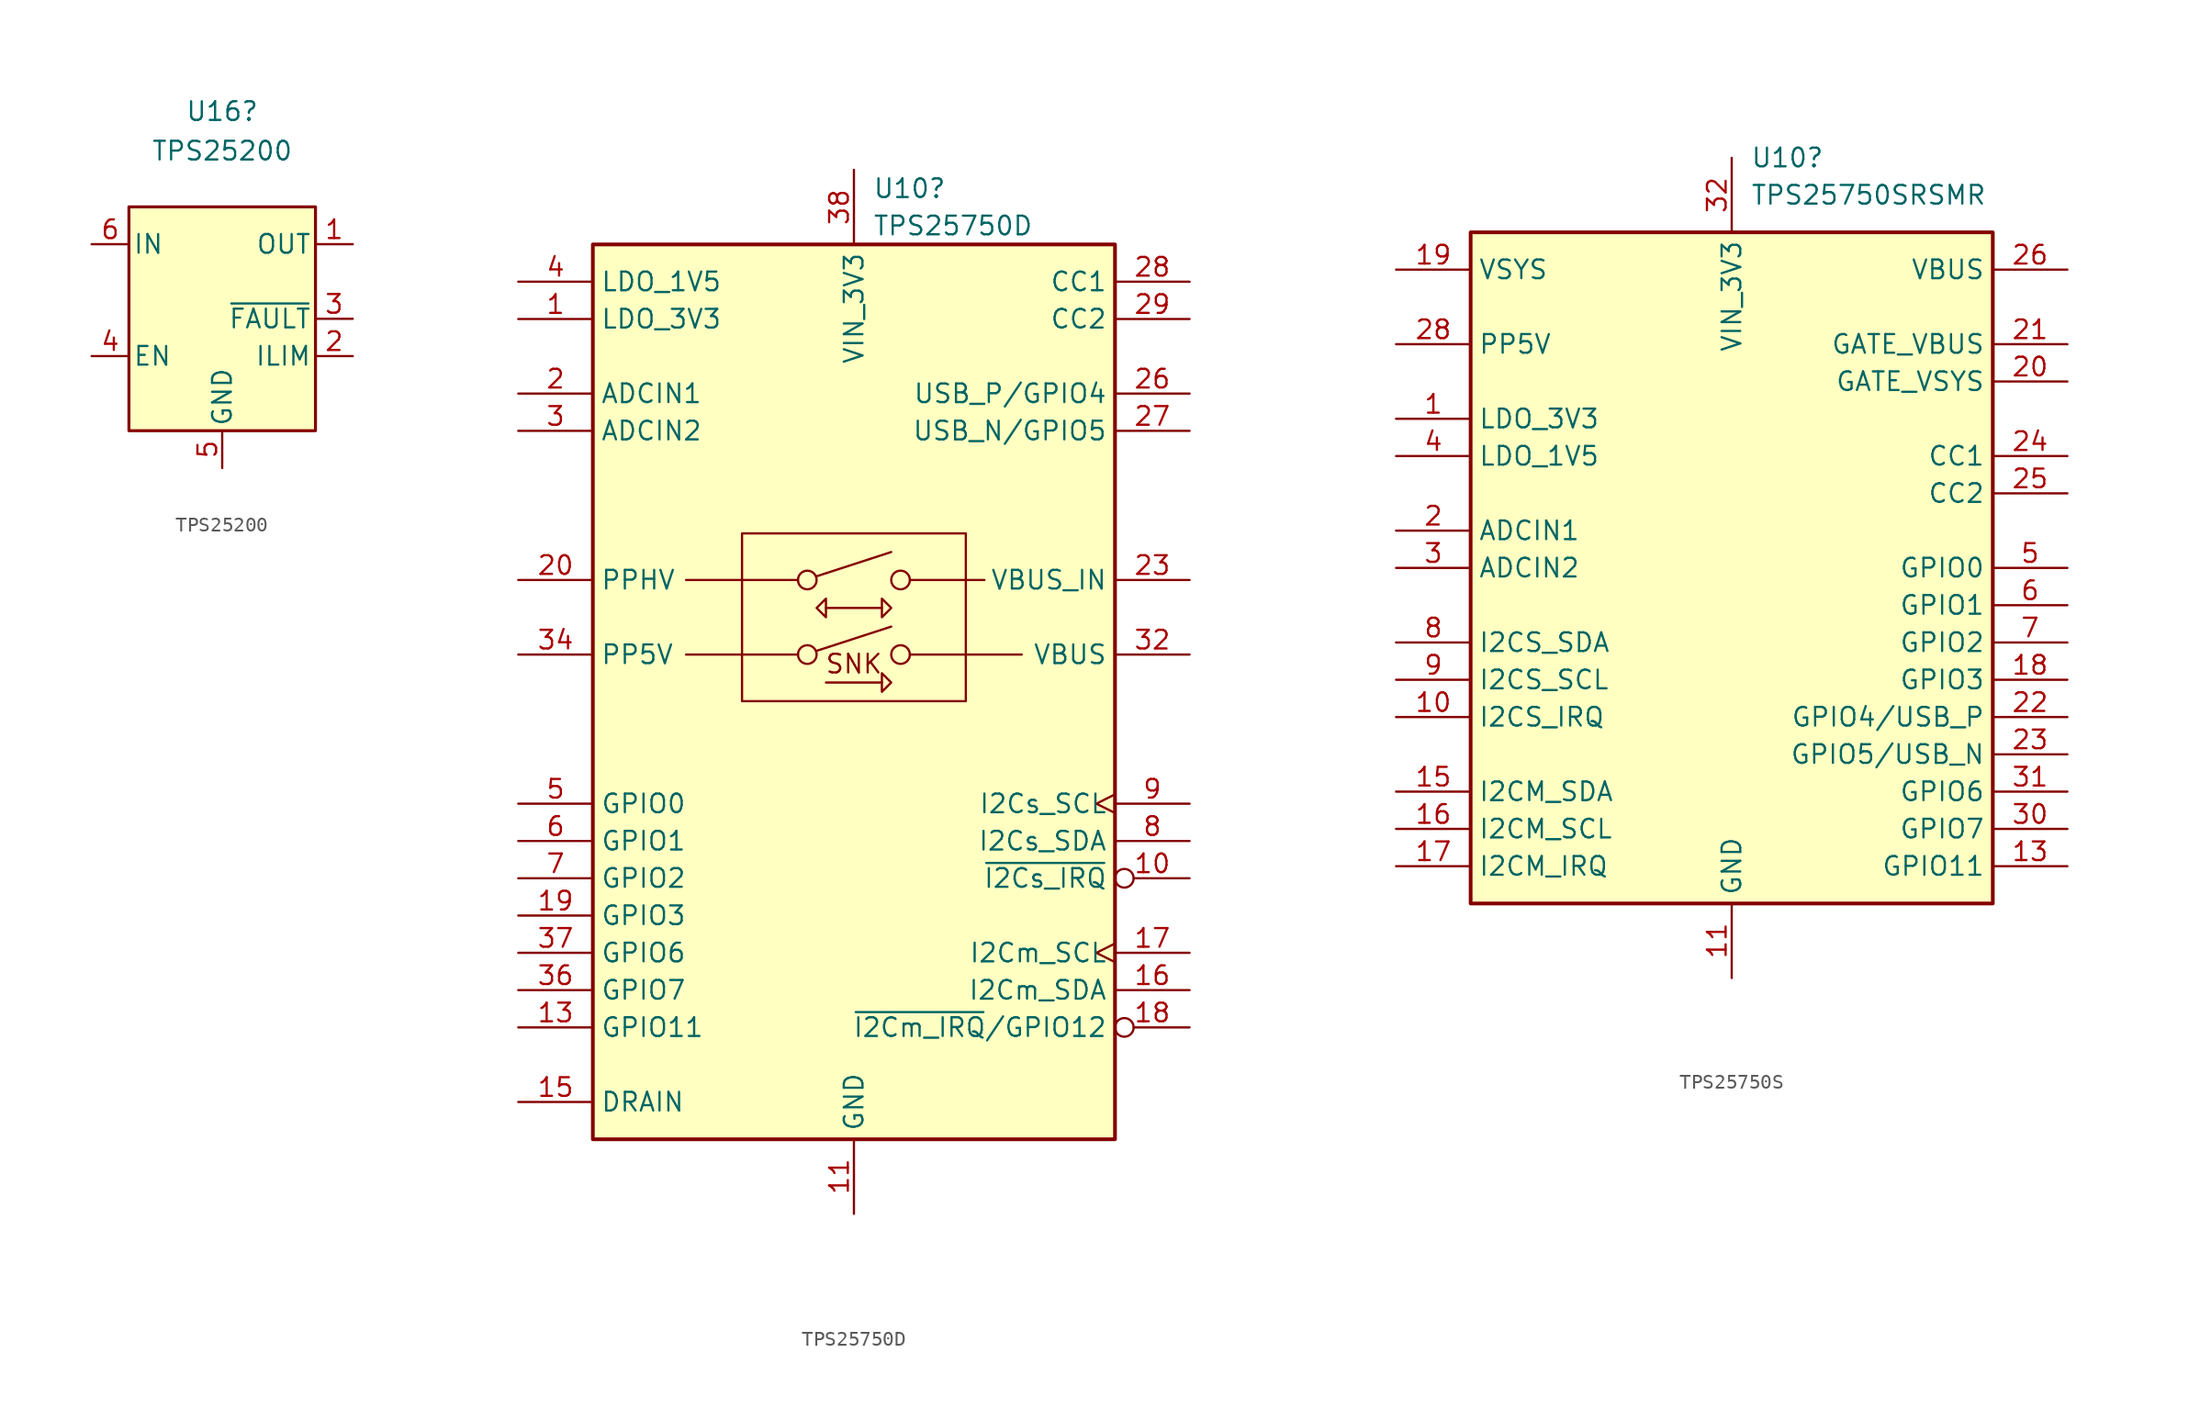
<source format=kicad_sym>
(kicad_symbol_lib
  (version 20220914)
  (generator kicad_symbol_editor)
  (symbol "TPS25200"
    (pin_names
      (offset 0.254))
    (property "Reference" "U16"
      (at 0 14.122 0)
      (effects (font (size 1.27 1.27))))
    (property "Value" "TPS25200"
      (at 0 11.43 0)
      (effects (font (size 1.27 1.27))))
    (property "Datasheet" ""
      (at 5.08 5.08 0)
      (effects (font (size 1.524 1.524))))
    (symbol "TPS25200_1_1"
      (rectangle (start -6.35 7.62) (end 6.35 -7.62) (stroke (width 0.203) (type solid)) (fill (type background)))
      (pin power_out line (at 8.89 5.08 180) (length 2.54) (name "OUT" (effects (font (size 1.27 1.27)))) (number "1" (effects (font (size 1.27 1.27)))))
      (pin output line (at 8.89 -2.54 180) (length 2.54) (name "ILIM" (effects (font (size 1.27 1.27)))) (number "2" (effects (font (size 1.27 1.27)))))
      (pin input line (at 8.89 0 180) (length 2.54) (name "~{FAULT}" (effects (font (size 1.27 1.27)))) (number "3" (effects (font (size 1.27 1.27)))))
      (pin input line (at -8.89 -2.54 0) (length 2.54) (name "EN" (effects (font (size 1.27 1.27)))) (number "4" (effects (font (size 1.27 1.27)))))
      (pin power_in line (at 0 -10.16 90) (length 2.54) (name "GND" (effects (font (size 1.27 1.27)))) (number "5" (effects (font (size 1.27 1.27)))))
      (pin power_in line (at -8.89 5.08 0) (length 2.54) (name "IN" (effects (font (size 1.27 1.27)))) (number "6" (effects (font (size 1.27 1.27)))))
      (pin power_in line (at 0 -10.16 90) (length 2.54) hide (name "PPAD" (effects (font (size 1.27 1.27)))) (number "7" (effects (font (size 1.27 1.27)))))))
  (symbol "TPS25750D"
    (property "Reference" "U10"
      (at 1.27 31.75 0)
      (effects (font (size 1.27 1.27)) (justify left)))
    (property "Value" "TPS25750D"
      (at 1.27 29.21 0)
      (effects (font (size 1.27 1.27)) (justify left)))
    (symbol "TPS25750D_0_1"
      (rectangle (start -7.62 8.255) (end 7.62 -3.175) (stroke (width 0) (type default)) (fill (type none)))
      (circle (center -3.175 0) (radius 0.635) (stroke (width 0) (type default)) (fill (type none)))
      (circle (center -3.175 5.08) (radius 0.635) (stroke (width 0) (type default)) (fill (type none)))
      (polyline (pts (xy -11.43 0) (xy -3.81 0)) (stroke (width 0) (type default)) (fill (type none)))
      (polyline (pts (xy -11.43 5.08) (xy -3.81 5.08)) (stroke (width 0) (type default)) (fill (type none)))
      (polyline (pts (xy -2.54 0.254) (xy 2.54 1.905)) (stroke (width 0) (type default)) (fill (type none)))
      (polyline (pts (xy -2.54 5.334) (xy 2.54 6.985)) (stroke (width 0) (type default)) (fill (type none)))
      (polyline (pts (xy -1.905 3.175) (xy 1.905 3.175)) (stroke (width 0) (type default)) (fill (type none)))
      (polyline (pts (xy 1.905 -1.905) (xy -1.905 -1.905)) (stroke (width 0) (type default)) (fill (type none)))
      (polyline (pts (xy 3.81 0) (xy 11.43 0)) (stroke (width 0) (type default)) (fill (type none)))
      (polyline (pts (xy 3.81 5.08) (xy 8.89 5.08)) (stroke (width 0) (type default)) (fill (type none)))
      (polyline (pts (xy -2.54 3.175) (xy -1.905 2.54) (xy -1.905 3.81) (xy -2.54 3.175)) (stroke (width 0) (type default)) (fill (type none)))
      (polyline (pts (xy 2.54 -1.905) (xy 1.905 -2.54) (xy 1.905 -1.27) (xy 2.54 -1.905)) (stroke (width 0) (type default)) (fill (type none)))
      (polyline (pts (xy 2.54 3.175) (xy 1.905 2.54) (xy 1.905 3.81) (xy 2.54 3.175)) (stroke (width 0) (type default)) (fill (type none)))
      (circle (center 3.175 0) (radius 0.635) (stroke (width 0) (type default)) (fill (type none)))
      (circle (center 3.175 5.08) (radius 0.635) (stroke (width 0) (type default)) (fill (type none)))
      (text "SNK" (at 0 -0.635 0) (effects (font (size 1.27 1.27)))))
    (symbol "TPS25750D_1_0"
      (pin power_out line (at -22.86 22.86 0) (length 5.08) (name "LDO_3V3" (effects (font (size 1.27 1.27)))) (number "1" (effects (font (size 1.27 1.27)))))
      (pin output inverted (at 22.86 -15.24 180) (length 5.08) (name "~{I2Cs_IRQ}" (effects (font (size 1.27 1.27)))) (number "10" (effects (font (size 1.27 1.27)))))
      (pin power_in line (at 0 -38.1 90) (length 5.08) (name "GND" (effects (font (size 1.27 1.27)))) (number "11" (effects (font (size 1.27 1.27)))))
      (pin power_in line (at 0 -38.1 90) (length 5.08) hide (name "GND" (effects (font (size 1.27 1.27)))) (number "12" (effects (font (size 1.27 1.27)))))
      (pin output line (at -22.86 -25.4 0) (length 5.08) (name "GPIO11" (effects (font (size 1.27 1.27)))) (number "13" (effects (font (size 1.27 1.27)))))
      (pin power_in line (at 0 -38.1 90) (length 5.08) hide (name "GND" (effects (font (size 1.27 1.27)))) (number "14" (effects (font (size 1.27 1.27)))))
      (pin open_collector line (at -22.86 -30.48 0) (length 5.08) (name "DRAIN" (effects (font (size 1.27 1.27)))) (number "15" (effects (font (size 1.27 1.27)))))
      (pin bidirectional line (at 22.86 -22.86 180) (length 5.08) (name "I2Cm_SDA" (effects (font (size 1.27 1.27)))) (number "16" (effects (font (size 1.27 1.27)))))
      (pin output clock (at 22.86 -20.32 180) (length 5.08) (name "I2Cm_SCL" (effects (font (size 1.27 1.27)))) (number "17" (effects (font (size 1.27 1.27)))))
      (pin input inverted (at 22.86 -25.4 180) (length 5.08) (name "~{I2Cm_IRQ}/GPIO12" (effects (font (size 1.27 1.27)))) (number "18" (effects (font (size 1.27 1.27)))))
      (pin output line (at -22.86 -17.78 0) (length 5.08) (name "GPIO3" (effects (font (size 1.27 1.27)))) (number "19" (effects (font (size 1.27 1.27)))))
      (pin bidirectional line (at -22.86 5.08 0) (length 5.08) (name "PPHV" (effects (font (size 1.27 1.27)))) (number "20" (effects (font (size 1.27 1.27)))))
      (pin bidirectional line (at -22.86 5.08 0) (length 5.08) hide (name "PPHV" (effects (font (size 1.27 1.27)))) (number "21" (effects (font (size 1.27 1.27)))))
      (pin bidirectional line (at -22.86 5.08 0) (length 5.08) hide (name "PPHV" (effects (font (size 1.27 1.27)))) (number "22" (effects (font (size 1.27 1.27)))))
      (pin power_in line (at 22.86 5.08 180) (length 5.08) (name "VBUS_IN" (effects (font (size 1.27 1.27)))) (number "23" (effects (font (size 1.27 1.27)))))
      (pin power_in line (at 22.86 5.08 180) (length 5.08) hide (name "VBUS_IN" (effects (font (size 1.27 1.27)))) (number "24" (effects (font (size 1.27 1.27)))))
      (pin power_in line (at 22.86 5.08 180) (length 5.08) hide (name "VBUS_IN" (effects (font (size 1.27 1.27)))) (number "25" (effects (font (size 1.27 1.27)))))
      (pin bidirectional line (at 22.86 17.78 180) (length 5.08) (name "USB_P/GPIO4" (effects (font (size 1.27 1.27)))) (number "26" (effects (font (size 1.27 1.27)))))
      (pin bidirectional line (at 22.86 15.24 180) (length 5.08) (name "USB_N/GPIO5" (effects (font (size 1.27 1.27)))) (number "27" (effects (font (size 1.27 1.27)))))
      (pin open_collector line (at -22.86 -30.48 0) (length 5.08) hide (name "DRAIN" (effects (font (size 1.27 1.27)))) (number "30" (effects (font (size 1.27 1.27)))))
      (pin power_in line (at 0 -38.1 90) (length 5.08) hide (name "GND" (effects (font (size 1.27 1.27)))) (number "31" (effects (font (size 1.27 1.27)))))
      (pin output line (at 22.86 0 180) (length 5.08) (name "VBUS" (effects (font (size 1.27 1.27)))) (number "32" (effects (font (size 1.27 1.27)))))
      (pin output line (at 22.86 0 180) (length 5.08) hide (name "VBUS" (effects (font (size 1.27 1.27)))) (number "33" (effects (font (size 1.27 1.27)))))
      (pin power_in line (at -22.86 0 0) (length 5.08) (name "PP5V" (effects (font (size 1.27 1.27)))) (number "34" (effects (font (size 1.27 1.27)))))
      (pin power_in line (at -22.86 0 0) (length 5.08) hide (name "PP5V" (effects (font (size 1.27 1.27)))) (number "35" (effects (font (size 1.27 1.27)))))
      (pin bidirectional line (at -22.86 -22.86 0) (length 5.08) (name "GPIO7" (effects (font (size 1.27 1.27)))) (number "36" (effects (font (size 1.27 1.27)))))
      (pin bidirectional line (at -22.86 -20.32 0) (length 5.08) (name "GPIO6" (effects (font (size 1.27 1.27)))) (number "37" (effects (font (size 1.27 1.27)))))
      (pin input line (at 0 33.02 270) (length 5.08) (name "VIN_3V3" (effects (font (size 1.27 1.27)))) (number "38" (effects (font (size 1.27 1.27)))))
      (pin power_in line (at 0 -38.1 90) (length 5.08) hide (name "GNDPAD" (effects (font (size 1.27 1.27)))) (number "39" (effects (font (size 1.27 1.27)))))
      (pin power_out line (at -22.86 25.4 0) (length 5.08) (name "LDO_1V5" (effects (font (size 1.27 1.27)))) (number "4" (effects (font (size 1.27 1.27)))))
      (pin open_collector line (at -22.86 -30.48 0) (length 5.08) hide (name "DPAD" (effects (font (size 1.27 1.27)))) (number "40" (effects (font (size 1.27 1.27)))))
      (pin bidirectional line (at -22.86 -10.16 0) (length 5.08) (name "GPIO0" (effects (font (size 1.27 1.27)))) (number "5" (effects (font (size 1.27 1.27)))))
      (pin bidirectional line (at -22.86 -12.7 0) (length 5.08) (name "GPIO1" (effects (font (size 1.27 1.27)))) (number "6" (effects (font (size 1.27 1.27)))))
      (pin output line (at -22.86 -15.24 0) (length 5.08) (name "GPIO2" (effects (font (size 1.27 1.27)))) (number "7" (effects (font (size 1.27 1.27)))))
      (pin bidirectional line (at 22.86 -12.7 180) (length 5.08) (name "I2Cs_SDA" (effects (font (size 1.27 1.27)))) (number "8" (effects (font (size 1.27 1.27)))))
      (pin input clock (at 22.86 -10.16 180) (length 5.08) (name "I2Cs_SCL" (effects (font (size 1.27 1.27)))) (number "9" (effects (font (size 1.27 1.27))))))
    (symbol "TPS25750D_1_1"
      (rectangle (start -17.78 27.94) (end 17.78 -33.02) (stroke (width 0.254) (type default)) (fill (type background)))
      (pin input line (at -22.86 17.78 0) (length 5.08) (name "ADCIN1" (effects (font (size 1.27 1.27)))) (number "2" (effects (font (size 1.27 1.27)))))
      (pin bidirectional line (at 22.86 25.4 180) (length 5.08) (name "CC1" (effects (font (size 1.27 1.27)))) (number "28" (effects (font (size 1.27 1.27)))))
      (pin output line (at 22.86 22.86 180) (length 5.08) (name "CC2" (effects (font (size 1.27 1.27)))) (number "29" (effects (font (size 1.27 1.27)))))
      (pin input line (at -22.86 15.24 0) (length 5.08) (name "ADCIN2" (effects (font (size 1.27 1.27)))) (number "3" (effects (font (size 1.27 1.27)))))))
  (symbol "TPS25750S"
    (property "Reference" "U10"
      (at 1.27 27.94 0)
      (effects (font (size 1.27 1.27)) (justify left)))
    (property "Value" "TPS25750SRSMR"
      (at 1.27 25.4 0)
      (effects (font (size 1.27 1.27)) (justify left)))
    (symbol "TPS25750S_1_1"
      (rectangle (start -17.78 22.86) (end 17.78 -22.86) (stroke (width 0.254) (type default)) (fill (type background)))
      (pin passive line (at -22.86 10.16 0) (length 5.08) (name "LDO_3V3" (effects (font (size 1.27 1.27)))) (number "1" (effects (font (size 1.27 1.27)))))
      (pin passive line (at -22.86 -10.16 0) (length 5.08) (name "I2CS_IRQ" (effects (font (size 1.27 1.27)))) (number "10" (effects (font (size 1.27 1.27)))))
      (pin passive line (at 0 -27.94 90) (length 5.08) (name "GND" (effects (font (size 1.27 1.27)))) (number "11" (effects (font (size 1.27 1.27)))))
      (pin passive line (at 0 -27.94 90) (length 5.08) hide (name "GND" (effects (font (size 1.27 1.27)))) (number "12" (effects (font (size 1.27 1.27)))))
      (pin passive line (at 22.86 -20.32 180) (length 5.08) (name "GPIO11" (effects (font (size 1.27 1.27)))) (number "13" (effects (font (size 1.27 1.27)))))
      (pin passive line (at 0 -27.94 90) (length 5.08) hide (name "GND" (effects (font (size 1.27 1.27)))) (number "14" (effects (font (size 1.27 1.27)))))
      (pin passive line (at -22.86 -15.24 0) (length 5.08) (name "I2CM_SDA" (effects (font (size 1.27 1.27)))) (number "15" (effects (font (size 1.27 1.27)))))
      (pin passive line (at -22.86 -17.78 0) (length 5.08) (name "I2CM_SCL" (effects (font (size 1.27 1.27)))) (number "16" (effects (font (size 1.27 1.27)))))
      (pin passive line (at -22.86 -20.32 0) (length 5.08) (name "I2CM_IRQ" (effects (font (size 1.27 1.27)))) (number "17" (effects (font (size 1.27 1.27)))))
      (pin passive line (at 22.86 -7.62 180) (length 5.08) (name "GPIO3" (effects (font (size 1.27 1.27)))) (number "18" (effects (font (size 1.27 1.27)))))
      (pin passive line (at -22.86 20.32 0) (length 5.08) (name "VSYS" (effects (font (size 1.27 1.27)))) (number "19" (effects (font (size 1.27 1.27)))))
      (pin passive line (at -22.86 2.54 0) (length 5.08) (name "ADCIN1" (effects (font (size 1.27 1.27)))) (number "2" (effects (font (size 1.27 1.27)))))
      (pin passive line (at 22.86 12.7 180) (length 5.08) (name "GATE_VSYS" (effects (font (size 1.27 1.27)))) (number "20" (effects (font (size 1.27 1.27)))))
      (pin passive line (at 22.86 15.24 180) (length 5.08) (name "GATE_VBUS" (effects (font (size 1.27 1.27)))) (number "21" (effects (font (size 1.27 1.27)))))
      (pin passive line (at 22.86 -10.16 180) (length 5.08) (name "GPIO4/USB_P" (effects (font (size 1.27 1.27)))) (number "22" (effects (font (size 1.27 1.27)))))
      (pin passive line (at 22.86 -12.7 180) (length 5.08) (name "GPIO5/USB_N" (effects (font (size 1.27 1.27)))) (number "23" (effects (font (size 1.27 1.27)))))
      (pin passive line (at 22.86 7.62 180) (length 5.08) (name "CC1" (effects (font (size 1.27 1.27)))) (number "24" (effects (font (size 1.27 1.27)))))
      (pin passive line (at 22.86 5.08 180) (length 5.08) (name "CC2" (effects (font (size 1.27 1.27)))) (number "25" (effects (font (size 1.27 1.27)))))
      (pin passive line (at 22.86 20.32 180) (length 5.08) (name "VBUS" (effects (font (size 1.27 1.27)))) (number "26" (effects (font (size 1.27 1.27)))))
      (pin passive line (at 22.86 20.32 180) (length 5.08) hide (name "VBUS" (effects (font (size 1.27 1.27)))) (number "27" (effects (font (size 1.27 1.27)))))
      (pin passive line (at -22.86 15.24 0) (length 5.08) (name "PP5V" (effects (font (size 1.27 1.27)))) (number "28" (effects (font (size 1.27 1.27)))))
      (pin passive line (at -22.86 15.24 0) (length 5.08) hide (name "PP5V" (effects (font (size 1.27 1.27)))) (number "29" (effects (font (size 1.27 1.27)))))
      (pin passive line (at -22.86 0 0) (length 5.08) (name "ADCIN2" (effects (font (size 1.27 1.27)))) (number "3" (effects (font (size 1.27 1.27)))))
      (pin passive line (at 22.86 -17.78 180) (length 5.08) (name "GPIO7" (effects (font (size 1.27 1.27)))) (number "30" (effects (font (size 1.27 1.27)))))
      (pin passive line (at 22.86 -15.24 180) (length 5.08) (name "GPIO6" (effects (font (size 1.27 1.27)))) (number "31" (effects (font (size 1.27 1.27)))))
      (pin passive line (at 0 27.94 270) (length 5.08) (name "VIN_3V3" (effects (font (size 1.27 1.27)))) (number "32" (effects (font (size 1.27 1.27)))))
      (pin passive line (at 0 -27.94 90) (length 5.08) hide (name "GND" (effects (font (size 1.27 1.27)))) (number "33" (effects (font (size 1.27 1.27)))))
      (pin passive line (at -22.86 7.62 0) (length 5.08) (name "LDO_1V5" (effects (font (size 1.27 1.27)))) (number "4" (effects (font (size 1.27 1.27)))))
      (pin passive line (at 22.86 0 180) (length 5.08) (name "GPIO0" (effects (font (size 1.27 1.27)))) (number "5" (effects (font (size 1.27 1.27)))))
      (pin passive line (at 22.86 -2.54 180) (length 5.08) (name "GPIO1" (effects (font (size 1.27 1.27)))) (number "6" (effects (font (size 1.27 1.27)))))
      (pin passive line (at 22.86 -5.08 180) (length 5.08) (name "GPIO2" (effects (font (size 1.27 1.27)))) (number "7" (effects (font (size 1.27 1.27)))))
      (pin passive line (at -22.86 -5.08 0) (length 5.08) (name "I2CS_SDA" (effects (font (size 1.27 1.27)))) (number "8" (effects (font (size 1.27 1.27)))))
      (pin passive line (at -22.86 -7.62 0) (length 5.08) (name "I2CS_SCL" (effects (font (size 1.27 1.27)))) (number "9" (effects (font (size 1.27 1.27))))))))
</source>
